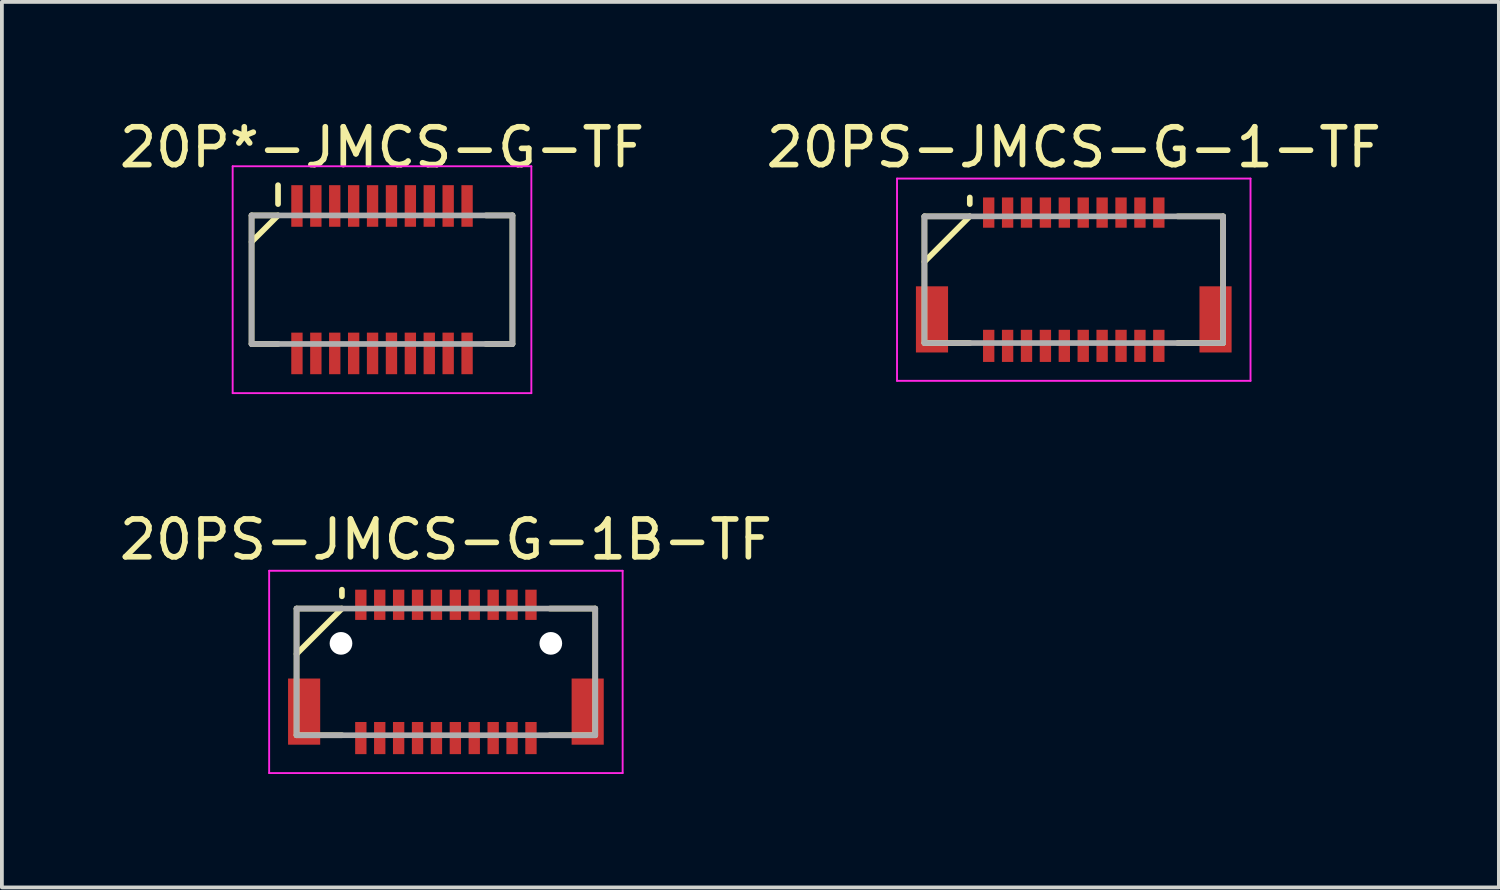
<source format=kicad_pcb>
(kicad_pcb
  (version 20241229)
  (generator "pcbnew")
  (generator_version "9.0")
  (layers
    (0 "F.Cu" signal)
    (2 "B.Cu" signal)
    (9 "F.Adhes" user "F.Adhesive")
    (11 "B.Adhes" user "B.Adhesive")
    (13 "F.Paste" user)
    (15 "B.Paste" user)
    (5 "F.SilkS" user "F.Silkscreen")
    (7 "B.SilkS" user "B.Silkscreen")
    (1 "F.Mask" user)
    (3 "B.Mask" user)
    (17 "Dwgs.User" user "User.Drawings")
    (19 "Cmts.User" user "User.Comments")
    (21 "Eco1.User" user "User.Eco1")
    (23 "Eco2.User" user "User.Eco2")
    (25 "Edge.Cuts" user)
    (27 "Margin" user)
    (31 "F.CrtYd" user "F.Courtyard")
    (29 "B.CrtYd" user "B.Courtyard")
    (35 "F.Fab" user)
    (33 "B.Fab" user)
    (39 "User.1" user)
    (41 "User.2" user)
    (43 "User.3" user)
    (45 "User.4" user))
  (footprint "20P*-JMCS-G-TF"
    (layer "F.Cu")
    (at 7.054 4.348)
    (property "Reference" "20P*-JMCS-G-TF" (at 0 -3.5 0) (layer "F.SilkS") (effects (font (size 1 1) (thickness 0.15))))
    (attr smd)
    (fp_line (start -3.45 -1.7) (end -3.45 1.7) (stroke (width 0.15) (type solid)) (layer "F.SilkS"))
    (fp_line (start -3.45 -1.7) (end -2.75 -1.7) (stroke (width 0.15) (type solid)) (layer "F.SilkS"))
    (fp_line (start -3.45 1.7) (end -2.75 1.7) (stroke (width 0.15) (type solid)) (layer "F.SilkS"))
    (fp_line (start -2.75 -2.5) (end -2.75 -2) (stroke (width 0.15) (type solid)) (layer "F.SilkS"))
    (fp_line (start -2.75 -1.7) (end -3.45 -1) (stroke (width 0.15) (type solid)) (layer "F.SilkS"))
    (fp_line (start 2.75 -1.7) (end 3.45 -1.7) (stroke (width 0.15) (type solid)) (layer "F.SilkS"))
    (fp_line (start 2.75 1.7) (end 3.45 1.7) (stroke (width 0.15) (type solid)) (layer "F.SilkS"))
    (fp_line (start 3.45 -1.7) (end 3.45 1.7) (stroke (width 0.15) (type solid)) (layer "F.SilkS"))
    (fp_line (start -3.95 -3) (end -3.95 3) (stroke (width 0.05) (type solid)) (layer "F.CrtYd"))
    (fp_line (start -3.95 -3) (end 3.95 -3) (stroke (width 0.05) (type solid)) (layer "F.CrtYd"))
    (fp_line (start -3.95 3) (end 3.95 3) (stroke (width 0.05) (type solid)) (layer "F.CrtYd"))
    (fp_line (start 3.95 -3) (end 3.95 3) (stroke (width 0.05) (type solid)) (layer "F.CrtYd"))
    (fp_line (start -3.45 -1.7) (end -3.45 1.7) (stroke (width 0.15) (type solid)) (layer "F.Fab"))
    (fp_line (start -3.45 -1.7) (end 3.45 -1.7) (stroke (width 0.15) (type solid)) (layer "F.Fab"))
    (fp_line (start -3.45 1.7) (end 3.45 1.7) (stroke (width 0.15) (type solid)) (layer "F.Fab"))
    (fp_line (start 3.45 -1.7) (end 3.45 1.7) (stroke (width 0.15) (type solid)) (layer "F.Fab"))
    (pad "1" smd rect (at -2.25 -1.95) (size 0.3 1.1) (layers "F.Cu" "F.Mask" "F.Paste"))
    (pad "2" smd rect (at -2.25 1.95) (size 0.3 1.1) (layers "F.Cu" "F.Mask" "F.Paste"))
    (pad "3" smd rect (at -1.75 -1.95) (size 0.3 1.1) (layers "F.Cu" "F.Mask" "F.Paste"))
    (pad "4" smd rect (at -1.75 1.95) (size 0.3 1.1) (layers "F.Cu" "F.Mask" "F.Paste"))
    (pad "5" smd rect (at -1.25 -1.95) (size 0.3 1.1) (layers "F.Cu" "F.Mask" "F.Paste"))
    (pad "6" smd rect (at -1.25 1.95) (size 0.3 1.1) (layers "F.Cu" "F.Mask" "F.Paste"))
    (pad "7" smd rect (at -0.75 -1.95) (size 0.3 1.1) (layers "F.Cu" "F.Mask" "F.Paste"))
    (pad "8" smd rect (at -0.75 1.95) (size 0.3 1.1) (layers "F.Cu" "F.Mask" "F.Paste"))
    (pad "9" smd rect (at -0.25 -1.95) (size 0.3 1.1) (layers "F.Cu" "F.Mask" "F.Paste"))
    (pad "10" smd rect (at -0.25 1.95) (size 0.3 1.1) (layers "F.Cu" "F.Mask" "F.Paste"))
    (pad "11" smd rect (at 0.25 -1.95) (size 0.3 1.1) (layers "F.Cu" "F.Mask" "F.Paste"))
    (pad "12" smd rect (at 0.25 1.95) (size 0.3 1.1) (layers "F.Cu" "F.Mask" "F.Paste"))
    (pad "13" smd rect (at 0.75 -1.95) (size 0.3 1.1) (layers "F.Cu" "F.Mask" "F.Paste"))
    (pad "14" smd rect (at 0.75 1.95) (size 0.3 1.1) (layers "F.Cu" "F.Mask" "F.Paste"))
    (pad "15" smd rect (at 1.25 -1.95) (size 0.3 1.1) (layers "F.Cu" "F.Mask" "F.Paste"))
    (pad "16" smd rect (at 1.25 1.95) (size 0.3 1.1) (layers "F.Cu" "F.Mask" "F.Paste"))
    (pad "17" smd rect (at 1.75 -1.95) (size 0.3 1.1) (layers "F.Cu" "F.Mask" "F.Paste"))
    (pad "18" smd rect (at 1.75 1.95) (size 0.3 1.1) (layers "F.Cu" "F.Mask" "F.Paste"))
    (pad "19" smd rect (at 2.25 -1.95) (size 0.3 1.1) (layers "F.Cu" "F.Mask" "F.Paste"))
    (pad "20" smd rect (at 2.25 1.95) (size 0.3 1.1) (layers "F.Cu" "F.Mask" "F.Paste")))
  (footprint "20PS-JMCS-G-1-TF"
    (layer "F.Cu")
    (at 25.351 4.348)
    (property "Reference" "20PS-JMCS-G-1-TF" (at 0 -3.5 0) (layer "F.SilkS") (effects (font (size 1 1) (thickness 0.15))))
    (attr smd)
    (fp_line (start -3.95 -1.675) (end -3.95 1.675) (stroke (width 0.15) (type solid)) (layer "F.SilkS"))
    (fp_line (start -3.95 -1.675) (end -2.75 -1.675) (stroke (width 0.15) (type solid)) (layer "F.SilkS"))
    (fp_line (start -3.95 1.675) (end -2.75 1.675) (stroke (width 0.15) (type solid)) (layer "F.SilkS"))
    (fp_line (start -2.75 -2.175) (end -2.75 -2) (stroke (width 0.15) (type solid)) (layer "F.SilkS"))
    (fp_line (start -2.75 -1.675) (end -3.95 -0.475) (stroke (width 0.15) (type solid)) (layer "F.SilkS"))
    (fp_line (start 2.75 -1.675) (end 3.95 -1.675) (stroke (width 0.15) (type solid)) (layer "F.SilkS"))
    (fp_line (start 2.75 1.675) (end 3.95 1.675) (stroke (width 0.15) (type solid)) (layer "F.SilkS"))
    (fp_line (start 3.95 -1.675) (end 3.95 1.675) (stroke (width 0.15) (type solid)) (layer "F.SilkS"))
    (fp_line (start -4.675 -2.675) (end -4.675 2.675) (stroke (width 0.05) (type solid)) (layer "F.CrtYd"))
    (fp_line (start -4.675 -2.675) (end 4.675 -2.675) (stroke (width 0.05) (type solid)) (layer "F.CrtYd"))
    (fp_line (start -4.675 2.675) (end 4.675 2.675) (stroke (width 0.05) (type solid)) (layer "F.CrtYd"))
    (fp_line (start 4.675 -2.675) (end 4.675 2.675) (stroke (width 0.05) (type solid)) (layer "F.CrtYd"))
    (fp_line (start -3.95 -1.675) (end -3.95 1.675) (stroke (width 0.15) (type solid)) (layer "F.Fab"))
    (fp_line (start -3.95 -1.675) (end 3.95 -1.675) (stroke (width 0.15) (type solid)) (layer "F.Fab"))
    (fp_line (start -3.95 1.675) (end 3.95 1.675) (stroke (width 0.15) (type solid)) (layer "F.Fab"))
    (fp_line (start 3.95 -1.675) (end 3.95 1.675) (stroke (width 0.15) (type solid)) (layer "F.Fab"))
    (pad "1" smd rect (at -2.25 -1.775) (size 0.3 0.8) (layers "F.Cu" "F.Mask" "F.Paste"))
    (pad "2" smd rect (at -2.25 1.75) (size 0.3 0.85) (layers "F.Cu" "F.Mask" "F.Paste"))
    (pad "3" smd rect (at -1.75 -1.775) (size 0.3 0.8) (layers "F.Cu" "F.Mask" "F.Paste"))
    (pad "4" smd rect (at -1.75 1.75) (size 0.3 0.85) (layers "F.Cu" "F.Mask" "F.Paste"))
    (pad "5" smd rect (at -1.25 -1.775) (size 0.3 0.8) (layers "F.Cu" "F.Mask" "F.Paste"))
    (pad "6" smd rect (at -1.25 1.75) (size 0.3 0.85) (layers "F.Cu" "F.Mask" "F.Paste"))
    (pad "7" smd rect (at -0.75 -1.775) (size 0.3 0.8) (layers "F.Cu" "F.Mask" "F.Paste"))
    (pad "8" smd rect (at -0.75 1.75) (size 0.3 0.85) (layers "F.Cu" "F.Mask" "F.Paste"))
    (pad "9" smd rect (at -0.25 -1.775) (size 0.3 0.8) (layers "F.Cu" "F.Mask" "F.Paste"))
    (pad "10" smd rect (at -0.25 1.75) (size 0.3 0.85) (layers "F.Cu" "F.Mask" "F.Paste"))
    (pad "11" smd rect (at 0.25 -1.775) (size 0.3 0.8) (layers "F.Cu" "F.Mask" "F.Paste"))
    (pad "12" smd rect (at 0.25 1.75) (size 0.3 0.85) (layers "F.Cu" "F.Mask" "F.Paste"))
    (pad "13" smd rect (at 0.75 -1.775) (size 0.3 0.8) (layers "F.Cu" "F.Mask" "F.Paste"))
    (pad "14" smd rect (at 0.75 1.75) (size 0.3 0.85) (layers "F.Cu" "F.Mask" "F.Paste"))
    (pad "15" smd rect (at 1.25 -1.775) (size 0.3 0.8) (layers "F.Cu" "F.Mask" "F.Paste"))
    (pad "16" smd rect (at 1.25 1.75) (size 0.3 0.85) (layers "F.Cu" "F.Mask" "F.Paste"))
    (pad "17" smd rect (at 1.75 -1.775) (size 0.3 0.8) (layers "F.Cu" "F.Mask" "F.Paste"))
    (pad "18" smd rect (at 1.75 1.75) (size 0.3 0.85) (layers "F.Cu" "F.Mask" "F.Paste"))
    (pad "19" smd rect (at 2.25 -1.775) (size 0.3 0.8) (layers "F.Cu" "F.Mask" "F.Paste"))
    (pad "20" smd rect (at 2.25 1.75) (size 0.3 0.85) (layers "F.Cu" "F.Mask" "F.Paste"))
    (pad "S" smd rect (at -3.75 1.05) (size 0.85 1.75) (layers "F.Cu" "F.Mask" "F.Paste"))
    (pad "S" smd rect (at 3.75 1.05) (size 0.85 1.75) (layers "F.Cu" "F.Mask" "F.Paste")))
  (footprint "20PS-JMCS-G-1B-TF"
    (layer "F.Cu")
    (at 8.744 14.722)
    (property "Reference" "20PS-JMCS-G-1B-TF" (at 0 -3.5 0) (layer "F.SilkS") (effects (font (size 1 1) (thickness 0.15))))
    (attr smd)
    (fp_line (start -3.95 -1.675) (end -3.95 1.675) (stroke (width 0.15) (type solid)) (layer "F.SilkS"))
    (fp_line (start -3.95 -1.675) (end -2.75 -1.675) (stroke (width 0.15) (type solid)) (layer "F.SilkS"))
    (fp_line (start -3.95 1.675) (end -2.75 1.675) (stroke (width 0.15) (type solid)) (layer "F.SilkS"))
    (fp_line (start -2.75 -2.175) (end -2.75 -2) (stroke (width 0.15) (type solid)) (layer "F.SilkS"))
    (fp_line (start -2.75 -1.675) (end -3.95 -0.475) (stroke (width 0.15) (type solid)) (layer "F.SilkS"))
    (fp_line (start 2.75 -1.675) (end 3.95 -1.675) (stroke (width 0.15) (type solid)) (layer "F.SilkS"))
    (fp_line (start 2.75 1.675) (end 3.95 1.675) (stroke (width 0.15) (type solid)) (layer "F.SilkS"))
    (fp_line (start 3.95 -1.675) (end 3.95 1.675) (stroke (width 0.15) (type solid)) (layer "F.SilkS"))
    (fp_line (start -4.675 -2.675) (end -4.675 2.675) (stroke (width 0.05) (type solid)) (layer "F.CrtYd"))
    (fp_line (start -4.675 -2.675) (end 4.675 -2.675) (stroke (width 0.05) (type solid)) (layer "F.CrtYd"))
    (fp_line (start -4.675 2.675) (end 4.675 2.675) (stroke (width 0.05) (type solid)) (layer "F.CrtYd"))
    (fp_line (start 4.675 -2.675) (end 4.675 2.675) (stroke (width 0.05) (type solid)) (layer "F.CrtYd"))
    (fp_line (start -3.95 -1.675) (end -3.95 1.675) (stroke (width 0.15) (type solid)) (layer "F.Fab"))
    (fp_line (start -3.95 -1.675) (end 3.95 -1.675) (stroke (width 0.15) (type solid)) (layer "F.Fab"))
    (fp_line (start -3.95 1.675) (end 3.95 1.675) (stroke (width 0.15) (type solid)) (layer "F.Fab"))
    (fp_line (start 3.95 -1.675) (end 3.95 1.675) (stroke (width 0.15) (type solid)) (layer "F.Fab"))
    (pad "" np_thru_hole circle (at -2.775 -0.755) (size 0.6 0.6) (drill 0.6) (layers "*.Cu" "*.Mask"))
    (pad "" np_thru_hole circle (at 2.775 -0.755) (size 0.6 0.6) (drill 0.6) (layers "*.Cu" "*.Mask"))
    (pad "1" smd rect (at -2.25 -1.775) (size 0.3 0.8) (layers "F.Cu" "F.Mask" "F.Paste"))
    (pad "2" smd rect (at -2.25 1.75) (size 0.3 0.85) (layers "F.Cu" "F.Mask" "F.Paste"))
    (pad "3" smd rect (at -1.75 -1.775) (size 0.3 0.8) (layers "F.Cu" "F.Mask" "F.Paste"))
    (pad "4" smd rect (at -1.75 1.75) (size 0.3 0.85) (layers "F.Cu" "F.Mask" "F.Paste"))
    (pad "5" smd rect (at -1.25 -1.775) (size 0.3 0.8) (layers "F.Cu" "F.Mask" "F.Paste"))
    (pad "6" smd rect (at -1.25 1.75) (size 0.3 0.85) (layers "F.Cu" "F.Mask" "F.Paste"))
    (pad "7" smd rect (at -0.75 -1.775) (size 0.3 0.8) (layers "F.Cu" "F.Mask" "F.Paste"))
    (pad "8" smd rect (at -0.75 1.75) (size 0.3 0.85) (layers "F.Cu" "F.Mask" "F.Paste"))
    (pad "9" smd rect (at -0.25 -1.775) (size 0.3 0.8) (layers "F.Cu" "F.Mask" "F.Paste"))
    (pad "10" smd rect (at -0.25 1.75) (size 0.3 0.85) (layers "F.Cu" "F.Mask" "F.Paste"))
    (pad "11" smd rect (at 0.25 -1.775) (size 0.3 0.8) (layers "F.Cu" "F.Mask" "F.Paste"))
    (pad "12" smd rect (at 0.25 1.75) (size 0.3 0.85) (layers "F.Cu" "F.Mask" "F.Paste"))
    (pad "13" smd rect (at 0.75 -1.775) (size 0.3 0.8) (layers "F.Cu" "F.Mask" "F.Paste"))
    (pad "14" smd rect (at 0.75 1.75) (size 0.3 0.85) (layers "F.Cu" "F.Mask" "F.Paste"))
    (pad "15" smd rect (at 1.25 -1.775) (size 0.3 0.8) (layers "F.Cu" "F.Mask" "F.Paste"))
    (pad "16" smd rect (at 1.25 1.75) (size 0.3 0.85) (layers "F.Cu" "F.Mask" "F.Paste"))
    (pad "17" smd rect (at 1.75 -1.775) (size 0.3 0.8) (layers "F.Cu" "F.Mask" "F.Paste"))
    (pad "18" smd rect (at 1.75 1.75) (size 0.3 0.85) (layers "F.Cu" "F.Mask" "F.Paste"))
    (pad "19" smd rect (at 2.25 -1.775) (size 0.3 0.8) (layers "F.Cu" "F.Mask" "F.Paste"))
    (pad "20" smd rect (at 2.25 1.75) (size 0.3 0.85) (layers "F.Cu" "F.Mask" "F.Paste"))
    (pad "S" smd rect (at -3.75 1.05) (size 0.85 1.75) (layers "F.Cu" "F.Mask" "F.Paste"))
    (pad "S" smd rect (at 3.75 1.05) (size 0.85 1.75) (layers "F.Cu" "F.Mask" "F.Paste")))
  (gr_rect
    (start -3 -3)
    (end 36.595 20.422)
    (stroke (width 0.1) (type default))
    (fill no)
    (layer "Edge.Cuts")))
</source>
